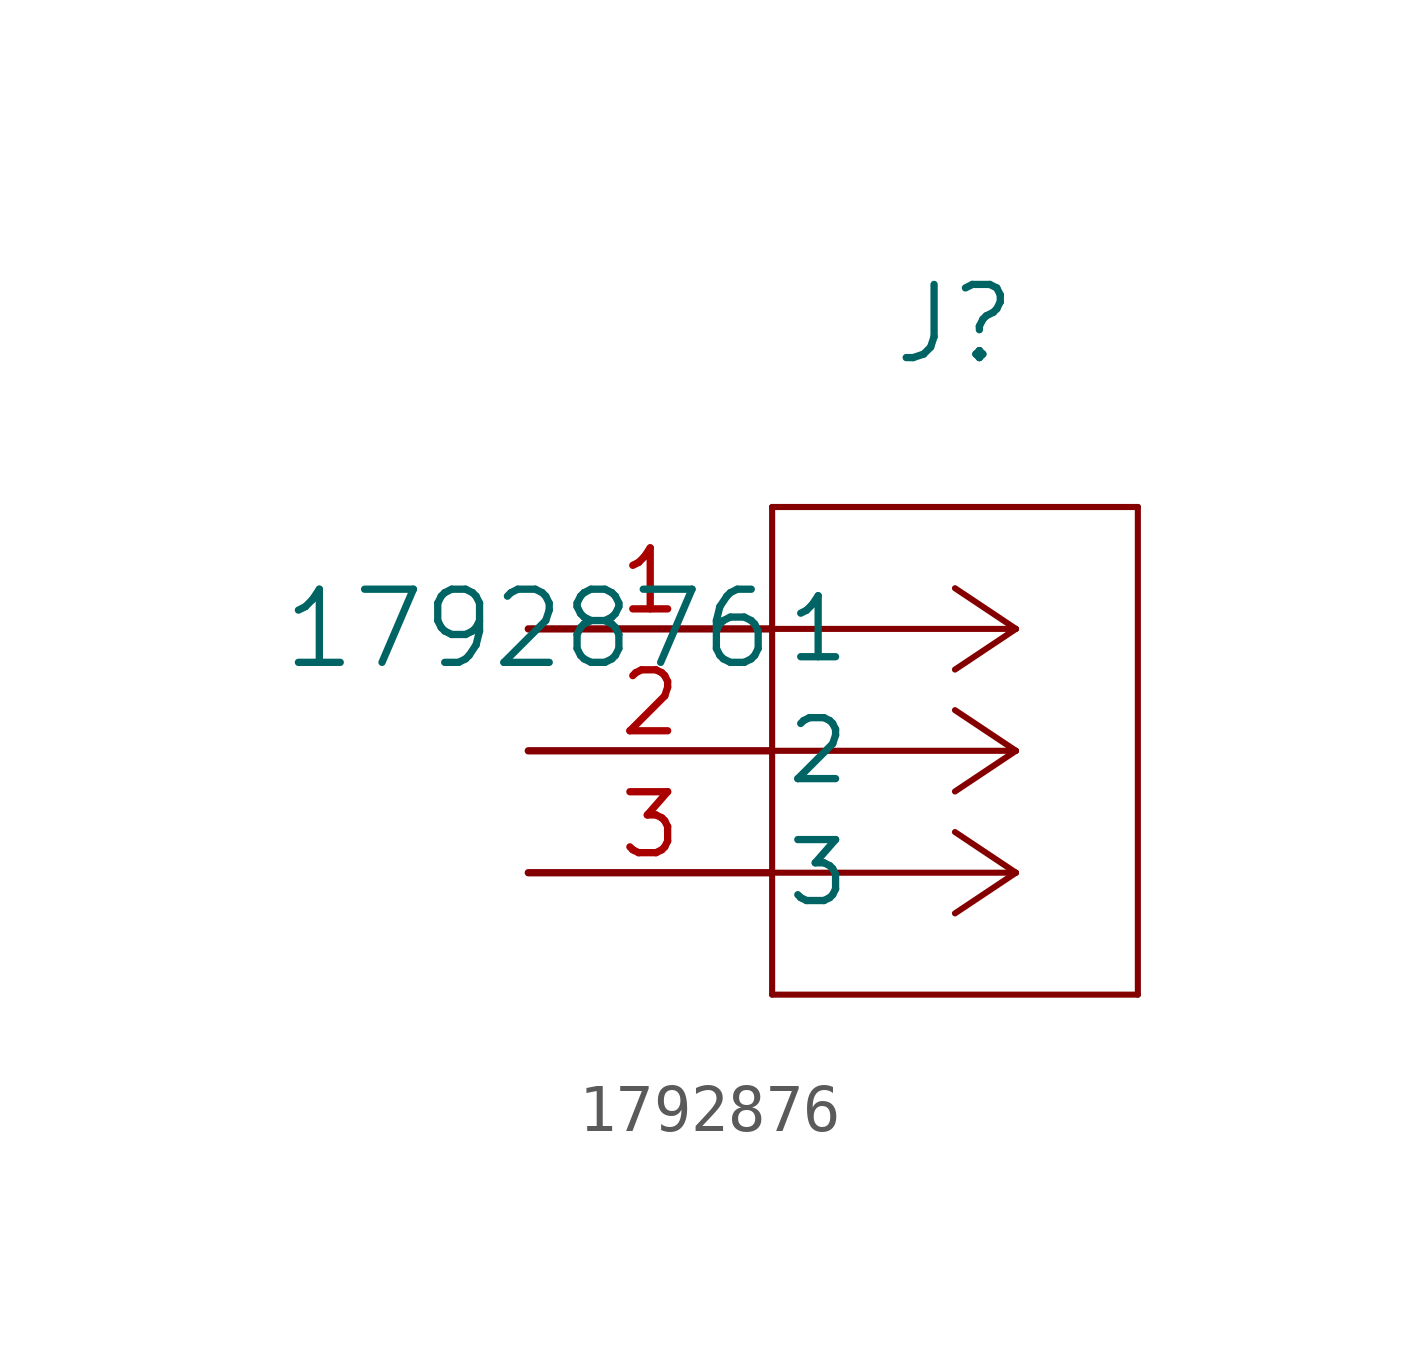
<source format=kicad_sym>
(kicad_symbol_lib
  (version 20211014)
  (generator kicad_symbol_editor)
  (symbol "1792876"
    (pin_names
      (offset 0.254))
    (property "Reference" "J"
      (at 8.89 6.35 0)
      (effects (font (size 1.524 1.524))))
    (property "Value" "1792876"
      (at 0 0 0)
      (effects (font (size 1.524 1.524))))
    (symbol "1792876_0_1"
      (polyline (pts (xy 10.16 0) (xy 5.08 0)) (stroke (width 0.127) (type default) (color 0 0 0 0)) (fill (type none)))
      (polyline (pts (xy 10.16 -2.54) (xy 5.08 -2.54)) (stroke (width 0.127) (type default) (color 0 0 0 0)) (fill (type none)))
      (polyline (pts (xy 10.16 -5.08) (xy 5.08 -5.08)) (stroke (width 0.127) (type default) (color 0 0 0 0)) (fill (type none)))
      (polyline (pts (xy 10.16 0) (xy 8.89 0.847)) (stroke (width 0.127) (type default) (color 0 0 0 0)) (fill (type none)))
      (polyline (pts (xy 10.16 -2.54) (xy 8.89 -1.693)) (stroke (width 0.127) (type default) (color 0 0 0 0)) (fill (type none)))
      (polyline (pts (xy 10.16 -5.08) (xy 8.89 -4.233)) (stroke (width 0.127) (type default) (color 0 0 0 0)) (fill (type none)))
      (polyline (pts (xy 10.16 0) (xy 8.89 -0.847)) (stroke (width 0.127) (type default) (color 0 0 0 0)) (fill (type none)))
      (polyline (pts (xy 10.16 -2.54) (xy 8.89 -3.387)) (stroke (width 0.127) (type default) (color 0 0 0 0)) (fill (type none)))
      (polyline (pts (xy 10.16 -5.08) (xy 8.89 -5.927)) (stroke (width 0.127) (type default) (color 0 0 0 0)) (fill (type none)))
      (polyline (pts (xy 5.08 2.54) (xy 5.08 -7.62)) (stroke (width 0.127) (type default) (color 0 0 0 0)) (fill (type none)))
      (polyline (pts (xy 5.08 -7.62) (xy 12.7 -7.62)) (stroke (width 0.127) (type default) (color 0 0 0 0)) (fill (type none)))
      (polyline (pts (xy 12.7 -7.62) (xy 12.7 2.54)) (stroke (width 0.127) (type default) (color 0 0 0 0)) (fill (type none)))
      (polyline (pts (xy 12.7 2.54) (xy 5.08 2.54)) (stroke (width 0.127) (type default) (color 0 0 0 0)) (fill (type none)))
      (pin unspecified line (at 0 0 0) (length 5.08) (name "1" (effects (font (size 1.27 1.27)))) (number "1" (effects (font (size 1.27 1.27)))))
      (pin unspecified line (at 0 -2.54 0) (length 5.08) (name "2" (effects (font (size 1.27 1.27)))) (number "2" (effects (font (size 1.27 1.27)))))
      (pin unspecified line (at 0 -5.08 0) (length 5.08) (name "3" (effects (font (size 1.27 1.27)))) (number "3" (effects (font (size 1.27 1.27))))))))
</source>
